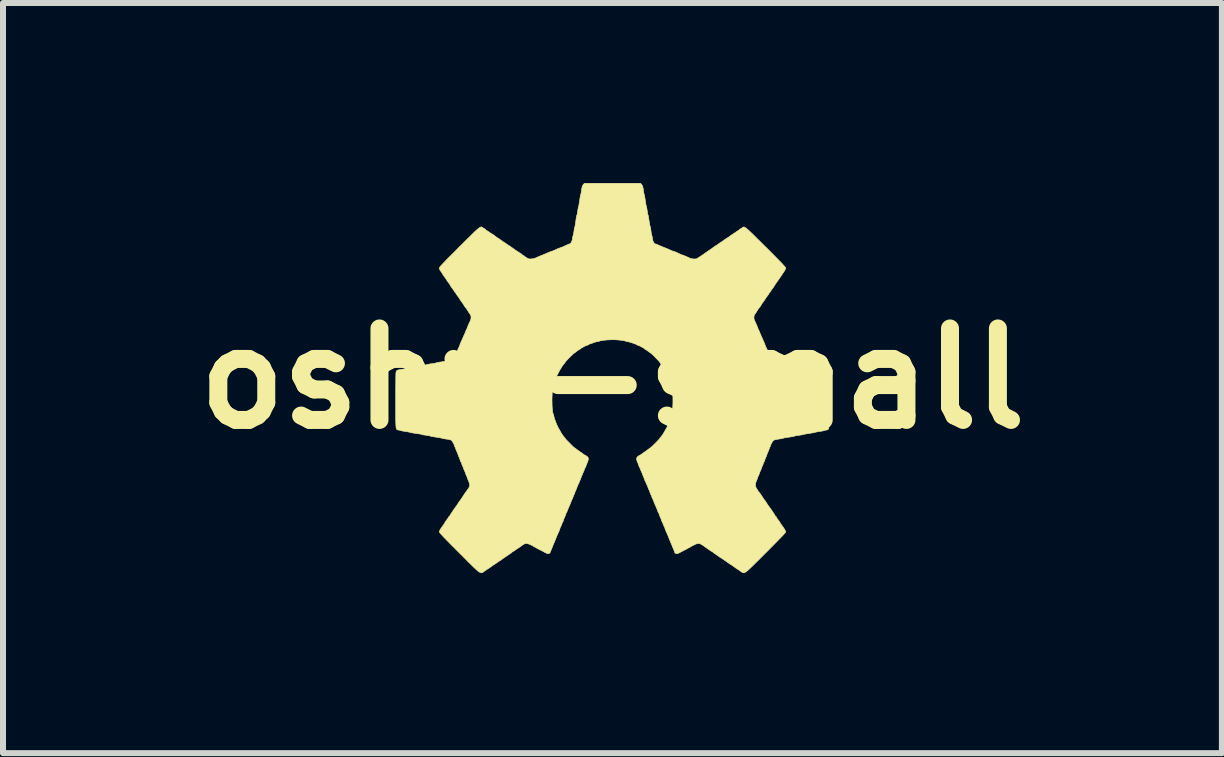
<source format=kicad_pcb>
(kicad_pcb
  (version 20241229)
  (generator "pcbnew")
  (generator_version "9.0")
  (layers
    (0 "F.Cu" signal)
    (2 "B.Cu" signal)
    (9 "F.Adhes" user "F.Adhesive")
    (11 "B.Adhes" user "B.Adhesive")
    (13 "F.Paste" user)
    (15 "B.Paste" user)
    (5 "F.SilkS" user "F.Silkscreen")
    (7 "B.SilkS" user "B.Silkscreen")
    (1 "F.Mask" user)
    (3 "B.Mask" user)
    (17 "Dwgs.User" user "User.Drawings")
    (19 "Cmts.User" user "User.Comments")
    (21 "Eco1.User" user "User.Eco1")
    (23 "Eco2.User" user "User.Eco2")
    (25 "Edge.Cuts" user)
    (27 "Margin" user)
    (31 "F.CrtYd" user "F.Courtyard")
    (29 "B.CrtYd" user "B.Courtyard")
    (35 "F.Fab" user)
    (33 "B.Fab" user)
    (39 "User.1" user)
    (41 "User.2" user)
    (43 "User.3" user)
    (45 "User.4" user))
  (footprint "oshw-small"
    (layer "F.Cu")
    (at 7.156 3.258)
    (property "Reference" "oshw-small" (at 0 0 0) (layer "F.SilkS") (effects (font (size 1.524 1.524) (thickness 0.3))))
    (attr through_hole)
    (fp_poly (pts (xy 0.487 -3.232) (xy 0.496 -3.219) (xy 0.503 -3.203) (xy 0.508 -3.182) (xy 0.514 -3.15) (xy 0.515 -3.142) (xy 0.519 -3.112) (xy 0.524 -3.086) (xy 0.527 -3.07) (xy 0.529 -3.066) (xy 0.532 -3.056) (xy 0.536 -3.036) (xy 0.541 -3.007) (xy 0.546 -2.974) (xy 0.546 -2.97) (xy 0.551 -2.936) (xy 0.556 -2.906) (xy 0.561 -2.883) (xy 0.564 -2.872) (xy 0.564 -2.871) (xy 0.568 -2.86) (xy 0.572 -2.838) (xy 0.577 -2.81) (xy 0.579 -2.794) (xy 0.583 -2.765) (xy 0.588 -2.741) (xy 0.591 -2.726) (xy 0.593 -2.723) (xy 0.596 -2.715) (xy 0.6 -2.696) (xy 0.604 -2.669) (xy 0.609 -2.635) (xy 0.61 -2.632) (xy 0.615 -2.598) (xy 0.62 -2.568) (xy 0.624 -2.547) (xy 0.627 -2.537) (xy 0.628 -2.536) (xy 0.631 -2.527) (xy 0.635 -2.507) (xy 0.639 -2.479) (xy 0.642 -2.459) (xy 0.646 -2.428) (xy 0.651 -2.403) (xy 0.655 -2.386) (xy 0.657 -2.381) (xy 0.66 -2.371) (xy 0.664 -2.351) (xy 0.667 -2.329) (xy 0.673 -2.299) (xy 0.684 -2.273) (xy 0.697 -2.253) (xy 0.711 -2.244) (xy 0.714 -2.244) (xy 0.725 -2.241) (xy 0.743 -2.234) (xy 0.754 -2.229) (xy 0.795 -2.211) (xy 0.833 -2.195) (xy 0.861 -2.184) (xy 0.901 -2.168) (xy 0.939 -2.152) (xy 0.967 -2.139) (xy 0.99 -2.129) (xy 1.013 -2.122) (xy 1.02 -2.12) (xy 1.041 -2.113) (xy 1.063 -2.103) (xy 1.065 -2.102) (xy 1.098 -2.087) (xy 1.13 -2.072) (xy 1.157 -2.061) (xy 1.171 -2.057) (xy 1.194 -2.048) (xy 1.229 -2.034) (xy 1.275 -2.013) (xy 1.284 -2.008) (xy 1.31 -1.999) (xy 1.34 -1.994) (xy 1.371 -1.992) (xy 1.397 -1.995) (xy 1.416 -2.001) (xy 1.421 -2.006) (xy 1.43 -2.015) (xy 1.435 -2.018) (xy 1.444 -2.022) (xy 1.461 -2.033) (xy 1.486 -2.049) (xy 1.515 -2.069) (xy 1.547 -2.092) (xy 1.556 -2.098) (xy 1.58 -2.115) (xy 1.603 -2.131) (xy 1.619 -2.142) (xy 1.636 -2.153) (xy 1.659 -2.169) (xy 1.68 -2.185) (xy 1.701 -2.2) (xy 1.717 -2.211) (xy 1.725 -2.215) (xy 1.725 -2.215) (xy 1.732 -2.219) (xy 1.748 -2.23) (xy 1.767 -2.244) (xy 1.787 -2.258) (xy 1.802 -2.268) (xy 1.809 -2.272) (xy 1.816 -2.276) (xy 1.831 -2.286) (xy 1.852 -2.301) (xy 1.86 -2.307) (xy 1.882 -2.323) (xy 1.9 -2.336) (xy 1.911 -2.342) (xy 1.912 -2.342) (xy 1.92 -2.346) (xy 1.935 -2.357) (xy 1.957 -2.372) (xy 1.964 -2.378) (xy 1.986 -2.394) (xy 2.004 -2.406) (xy 2.014 -2.413) (xy 2.015 -2.413) (xy 2.022 -2.417) (xy 2.037 -2.427) (xy 2.055 -2.44) (xy 2.076 -2.455) (xy 2.095 -2.466) (xy 2.104 -2.471) (xy 2.115 -2.479) (xy 2.117 -2.483) (xy 2.122 -2.49) (xy 2.124 -2.491) (xy 2.134 -2.495) (xy 2.15 -2.505) (xy 2.155 -2.508) (xy 2.164 -2.515) (xy 2.171 -2.521) (xy 2.179 -2.524) (xy 2.187 -2.525) (xy 2.197 -2.524) (xy 2.209 -2.518) (xy 2.224 -2.508) (xy 2.243 -2.493) (xy 2.266 -2.473) (xy 2.295 -2.446) (xy 2.33 -2.413) (xy 2.371 -2.372) (xy 2.42 -2.323) (xy 2.478 -2.266) (xy 2.545 -2.199) (xy 2.552 -2.193) (xy 2.619 -2.126) (xy 2.677 -2.068) (xy 2.726 -2.018) (xy 2.767 -1.977) (xy 2.801 -1.942) (xy 2.828 -1.914) (xy 2.848 -1.891) (xy 2.864 -1.874) (xy 2.875 -1.86) (xy 2.882 -1.851) (xy 2.885 -1.844) (xy 2.886 -1.84) (xy 2.881 -1.822) (xy 2.869 -1.798) (xy 2.859 -1.783) (xy 2.844 -1.761) (xy 2.832 -1.743) (xy 2.826 -1.734) (xy 2.816 -1.719) (xy 2.801 -1.696) (xy 2.78 -1.666) (xy 2.757 -1.633) (xy 2.733 -1.599) (xy 2.729 -1.594) (xy 2.713 -1.571) (xy 2.702 -1.553) (xy 2.696 -1.543) (xy 2.695 -1.542) (xy 2.691 -1.534) (xy 2.681 -1.519) (xy 2.666 -1.499) (xy 2.664 -1.497) (xy 2.648 -1.475) (xy 2.636 -1.457) (xy 2.629 -1.445) (xy 2.629 -1.445) (xy 2.622 -1.434) (xy 2.618 -1.432) (xy 2.611 -1.427) (xy 2.611 -1.423) (xy 2.606 -1.414) (xy 2.596 -1.397) (xy 2.58 -1.376) (xy 2.579 -1.374) (xy 2.563 -1.354) (xy 2.552 -1.338) (xy 2.547 -1.33) (xy 2.547 -1.329) (xy 2.543 -1.322) (xy 2.533 -1.306) (xy 2.518 -1.285) (xy 2.512 -1.277) (xy 2.496 -1.255) (xy 2.483 -1.237) (xy 2.477 -1.226) (xy 2.477 -1.224) (xy 2.472 -1.217) (xy 2.462 -1.201) (xy 2.447 -1.181) (xy 2.445 -1.179) (xy 2.429 -1.159) (xy 2.418 -1.142) (xy 2.413 -1.134) (xy 2.413 -1.133) (xy 2.409 -1.126) (xy 2.399 -1.11) (xy 2.385 -1.09) (xy 2.369 -1.066) (xy 2.36 -1.047) (xy 2.357 -1.028) (xy 2.357 -1.019) (xy 2.359 -0.995) (xy 2.364 -0.973) (xy 2.367 -0.968) (xy 2.38 -0.941) (xy 2.395 -0.907) (xy 2.41 -0.873) (xy 2.421 -0.844) (xy 2.421 -0.843) (xy 2.428 -0.825) (xy 2.433 -0.813) (xy 2.435 -0.811) (xy 2.439 -0.803) (xy 2.446 -0.787) (xy 2.448 -0.783) (xy 2.457 -0.761) (xy 2.468 -0.735) (xy 2.471 -0.727) (xy 2.483 -0.7) (xy 2.495 -0.674) (xy 2.498 -0.667) (xy 2.509 -0.642) (xy 2.521 -0.615) (xy 2.525 -0.606) (xy 2.534 -0.586) (xy 2.539 -0.572) (xy 2.54 -0.568) (xy 2.543 -0.558) (xy 2.55 -0.541) (xy 2.553 -0.533) (xy 2.573 -0.492) (xy 2.587 -0.46) (xy 2.597 -0.437) (xy 2.604 -0.418) (xy 2.61 -0.403) (xy 2.612 -0.397) (xy 2.618 -0.379) (xy 2.625 -0.368) (xy 2.626 -0.367) (xy 2.631 -0.361) (xy 2.632 -0.358) (xy 2.638 -0.342) (xy 2.655 -0.327) (xy 2.678 -0.314) (xy 2.704 -0.306) (xy 2.706 -0.306) (xy 2.728 -0.302) (xy 2.744 -0.298) (xy 2.748 -0.296) (xy 2.757 -0.293) (xy 2.778 -0.289) (xy 2.806 -0.284) (xy 2.84 -0.279) (xy 2.843 -0.279) (xy 2.877 -0.273) (xy 2.907 -0.269) (xy 2.928 -0.264) (xy 2.938 -0.261) (xy 2.939 -0.261) (xy 2.948 -0.258) (xy 2.969 -0.254) (xy 2.996 -0.25) (xy 3.016 -0.247) (xy 3.047 -0.243) (xy 3.072 -0.238) (xy 3.089 -0.235) (xy 3.094 -0.233) (xy 3.103 -0.23) (xy 3.124 -0.225) (xy 3.152 -0.221) (xy 3.186 -0.215) (xy 3.189 -0.215) (xy 3.223 -0.21) (xy 3.252 -0.205) (xy 3.274 -0.201) (xy 3.284 -0.198) (xy 3.284 -0.197) (xy 3.294 -0.194) (xy 3.314 -0.19) (xy 3.342 -0.186) (xy 3.358 -0.183) (xy 3.388 -0.179) (xy 3.413 -0.174) (xy 3.429 -0.171) (xy 3.433 -0.169) (xy 3.442 -0.166) (xy 3.462 -0.162) (xy 3.489 -0.157) (xy 3.503 -0.155) (xy 3.543 -0.149) (xy 3.57 -0.143) (xy 3.588 -0.137) (xy 3.596 -0.131) (xy 3.598 -0.124) (xy 3.602 -0.114) (xy 3.605 -0.113) (xy 3.607 -0.106) (xy 3.608 -0.085) (xy 3.61 -0.05) (xy 3.611 -0.002) (xy 3.611 0.06) (xy 3.612 0.136) (xy 3.612 0.224) (xy 3.612 0.326) (xy 3.612 0.353) (xy 3.612 0.449) (xy 3.612 0.531) (xy 3.612 0.602) (xy 3.612 0.661) (xy 3.611 0.71) (xy 3.61 0.75) (xy 3.609 0.782) (xy 3.606 0.806) (xy 3.603 0.824) (xy 3.6 0.837) (xy 3.595 0.846) (xy 3.59 0.851) (xy 3.583 0.854) (xy 3.575 0.856) (xy 3.566 0.857) (xy 3.564 0.858) (xy 3.543 0.862) (xy 3.525 0.867) (xy 3.524 0.868) (xy 3.511 0.872) (xy 3.488 0.876) (xy 3.459 0.881) (xy 3.45 0.882) (xy 3.421 0.886) (xy 3.396 0.891) (xy 3.379 0.895) (xy 3.376 0.896) (xy 3.364 0.9) (xy 3.341 0.904) (xy 3.31 0.909) (xy 3.281 0.914) (xy 3.247 0.919) (xy 3.218 0.924) (xy 3.196 0.928) (xy 3.186 0.931) (xy 3.173 0.935) (xy 3.15 0.939) (xy 3.12 0.944) (xy 3.104 0.946) (xy 3.075 0.95) (xy 3.05 0.954) (xy 3.034 0.958) (xy 3.03 0.96) (xy 3.021 0.963) (xy 3.001 0.967) (xy 2.972 0.972) (xy 2.939 0.977) (xy 2.939 0.977) (xy 2.905 0.982) (xy 2.875 0.987) (xy 2.853 0.991) (xy 2.843 0.995) (xy 2.831 0.998) (xy 2.809 1.003) (xy 2.78 1.007) (xy 2.763 1.01) (xy 2.728 1.015) (xy 2.704 1.021) (xy 2.688 1.028) (xy 2.678 1.035) (xy 2.666 1.049) (xy 2.66 1.061) (xy 2.66 1.062) (xy 2.657 1.071) (xy 2.654 1.072) (xy 2.649 1.079) (xy 2.642 1.094) (xy 2.639 1.102) (xy 2.633 1.122) (xy 2.626 1.137) (xy 2.625 1.139) (xy 2.619 1.15) (xy 2.613 1.169) (xy 2.611 1.175) (xy 2.603 1.196) (xy 2.595 1.214) (xy 2.594 1.217) (xy 2.586 1.232) (xy 2.578 1.254) (xy 2.575 1.263) (xy 2.567 1.285) (xy 2.56 1.304) (xy 2.557 1.309) (xy 2.55 1.324) (xy 2.542 1.346) (xy 2.539 1.356) (xy 2.533 1.376) (xy 2.528 1.388) (xy 2.525 1.39) (xy 2.521 1.396) (xy 2.515 1.411) (xy 2.512 1.42) (xy 2.506 1.44) (xy 2.499 1.454) (xy 2.498 1.457) (xy 2.492 1.468) (xy 2.486 1.486) (xy 2.484 1.492) (xy 2.476 1.514) (xy 2.468 1.532) (xy 2.467 1.535) (xy 2.459 1.55) (xy 2.451 1.572) (xy 2.448 1.58) (xy 2.44 1.603) (xy 2.432 1.621) (xy 2.429 1.626) (xy 2.422 1.641) (xy 2.42 1.649) (xy 2.417 1.659) (xy 2.41 1.678) (xy 2.401 1.698) (xy 2.385 1.741) (xy 2.381 1.777) (xy 2.389 1.811) (xy 2.404 1.837) (xy 2.417 1.856) (xy 2.425 1.87) (xy 2.427 1.876) (xy 2.431 1.884) (xy 2.433 1.884) (xy 2.439 1.889) (xy 2.45 1.904) (xy 2.466 1.924) (xy 2.482 1.948) (xy 2.498 1.972) (xy 2.508 1.988) (xy 2.516 2) (xy 2.529 2.018) (xy 2.545 2.04) (xy 2.545 2.04) (xy 2.56 2.061) (xy 2.571 2.077) (xy 2.575 2.085) (xy 2.575 2.085) (xy 2.579 2.092) (xy 2.59 2.108) (xy 2.606 2.13) (xy 2.618 2.146) (xy 2.635 2.17) (xy 2.65 2.19) (xy 2.658 2.203) (xy 2.66 2.206) (xy 2.664 2.213) (xy 2.674 2.228) (xy 2.685 2.244) (xy 2.698 2.263) (xy 2.707 2.278) (xy 2.709 2.284) (xy 2.715 2.293) (xy 2.72 2.296) (xy 2.729 2.304) (xy 2.731 2.308) (xy 2.735 2.318) (xy 2.745 2.335) (xy 2.761 2.355) (xy 2.762 2.357) (xy 2.778 2.378) (xy 2.789 2.394) (xy 2.794 2.403) (xy 2.794 2.403) (xy 2.798 2.411) (xy 2.808 2.427) (xy 2.821 2.444) (xy 2.85 2.485) (xy 2.87 2.516) (xy 2.882 2.539) (xy 2.886 2.555) (xy 2.886 2.556) (xy 2.883 2.562) (xy 2.874 2.574) (xy 2.858 2.593) (xy 2.835 2.618) (xy 2.804 2.65) (xy 2.765 2.69) (xy 2.718 2.738) (xy 2.662 2.795) (xy 2.597 2.861) (xy 2.552 2.905) (xy 2.485 2.973) (xy 2.426 3.032) (xy 2.376 3.081) (xy 2.334 3.123) (xy 2.298 3.157) (xy 2.269 3.185) (xy 2.244 3.206) (xy 2.224 3.221) (xy 2.208 3.231) (xy 2.194 3.236) (xy 2.183 3.237) (xy 2.172 3.235) (xy 2.162 3.23) (xy 2.151 3.223) (xy 2.139 3.214) (xy 2.13 3.207) (xy 2.107 3.191) (xy 2.088 3.178) (xy 2.075 3.171) (xy 2.074 3.17) (xy 2.064 3.164) (xy 2.046 3.151) (xy 2.024 3.135) (xy 2.024 3.135) (xy 2.004 3.12) (xy 1.988 3.109) (xy 1.98 3.104) (xy 1.98 3.104) (xy 1.973 3.101) (xy 1.957 3.09) (xy 1.934 3.074) (xy 1.904 3.054) (xy 1.883 3.039) (xy 1.85 3.016) (xy 1.821 2.996) (xy 1.797 2.981) (xy 1.781 2.971) (xy 1.776 2.968) (xy 1.766 2.961) (xy 1.764 2.956) (xy 1.758 2.95) (xy 1.755 2.949) (xy 1.744 2.945) (xy 1.728 2.934) (xy 1.721 2.928) (xy 1.705 2.916) (xy 1.691 2.908) (xy 1.688 2.907) (xy 1.68 2.902) (xy 1.679 2.9) (xy 1.673 2.891) (xy 1.667 2.888) (xy 1.66 2.885) (xy 1.65 2.879) (xy 1.635 2.869) (xy 1.614 2.855) (xy 1.585 2.835) (xy 1.547 2.808) (xy 1.524 2.791) (xy 1.489 2.768) (xy 1.462 2.753) (xy 1.438 2.748) (xy 1.414 2.75) (xy 1.386 2.76) (xy 1.364 2.77) (xy 1.339 2.783) (xy 1.319 2.793) (xy 1.307 2.8) (xy 1.305 2.801) (xy 1.299 2.806) (xy 1.284 2.814) (xy 1.259 2.827) (xy 1.225 2.846) (xy 1.183 2.867) (xy 1.153 2.883) (xy 1.126 2.897) (xy 1.106 2.908) (xy 1.097 2.912) (xy 1.078 2.918) (xy 1.058 2.916) (xy 1.043 2.907) (xy 1.04 2.901) (xy 1.034 2.886) (xy 1.027 2.868) (xy 1.019 2.848) (xy 1.009 2.823) (xy 1.005 2.815) (xy 0.994 2.786) (xy 0.982 2.758) (xy 0.968 2.725) (xy 0.961 2.709) (xy 0.951 2.684) (xy 0.941 2.66) (xy 0.939 2.653) (xy 0.917 2.598) (xy 0.896 2.554) (xy 0.887 2.531) (xy 0.877 2.505) (xy 0.874 2.496) (xy 0.868 2.477) (xy 0.863 2.465) (xy 0.86 2.462) (xy 0.856 2.456) (xy 0.85 2.441) (xy 0.847 2.432) (xy 0.839 2.41) (xy 0.83 2.392) (xy 0.828 2.389) (xy 0.821 2.374) (xy 0.818 2.366) (xy 0.816 2.355) (xy 0.808 2.336) (xy 0.798 2.312) (xy 0.797 2.311) (xy 0.787 2.286) (xy 0.779 2.266) (xy 0.776 2.255) (xy 0.776 2.254) (xy 0.772 2.243) (xy 0.77 2.24) (xy 0.763 2.232) (xy 0.756 2.215) (xy 0.755 2.21) (xy 0.75 2.197) (xy 0.745 2.184) (xy 0.739 2.168) (xy 0.73 2.146) (xy 0.716 2.115) (xy 0.707 2.095) (xy 0.698 2.073) (xy 0.69 2.052) (xy 0.688 2.046) (xy 0.681 2.028) (xy 0.671 2.007) (xy 0.669 2.004) (xy 0.661 1.986) (xy 0.656 1.974) (xy 0.656 1.972) (xy 0.653 1.962) (xy 0.645 1.944) (xy 0.638 1.93) (xy 0.629 1.908) (xy 0.622 1.891) (xy 0.621 1.884) (xy 0.617 1.87) (xy 0.611 1.859) (xy 0.601 1.841) (xy 0.596 1.827) (xy 0.59 1.809) (xy 0.579 1.783) (xy 0.566 1.754) (xy 0.554 1.726) (xy 0.547 1.712) (xy 0.539 1.696) (xy 0.536 1.686) (xy 0.536 1.686) (xy 0.534 1.676) (xy 0.526 1.659) (xy 0.519 1.642) (xy 0.509 1.618) (xy 0.501 1.597) (xy 0.498 1.587) (xy 0.49 1.568) (xy 0.484 1.556) (xy 0.477 1.54) (xy 0.468 1.518) (xy 0.466 1.512) (xy 0.459 1.494) (xy 0.454 1.483) (xy 0.452 1.482) (xy 0.448 1.476) (xy 0.442 1.46) (xy 0.438 1.448) (xy 0.429 1.422) (xy 0.419 1.397) (xy 0.415 1.39) (xy 0.406 1.366) (xy 0.402 1.342) (xy 0.402 1.34) (xy 0.405 1.321) (xy 0.414 1.306) (xy 0.426 1.296) (xy 0.443 1.284) (xy 0.455 1.278) (xy 0.458 1.277) (xy 0.466 1.273) (xy 0.482 1.262) (xy 0.5 1.249) (xy 0.519 1.234) (xy 0.533 1.224) (xy 0.54 1.221) (xy 0.547 1.217) (xy 0.562 1.206) (xy 0.582 1.19) (xy 0.589 1.185) (xy 0.611 1.169) (xy 0.627 1.157) (xy 0.637 1.15) (xy 0.638 1.15) (xy 0.644 1.145) (xy 0.658 1.133) (xy 0.677 1.114) (xy 0.699 1.092) (xy 0.723 1.069) (xy 0.745 1.046) (xy 0.764 1.026) (xy 0.777 1.012) (xy 0.783 1.005) (xy 0.783 1.005) (xy 0.787 0.998) (xy 0.798 0.983) (xy 0.811 0.968) (xy 0.826 0.948) (xy 0.84 0.929) (xy 0.854 0.906) (xy 0.871 0.877) (xy 0.879 0.861) (xy 0.889 0.844) (xy 0.895 0.834) (xy 0.896 0.833) (xy 0.902 0.823) (xy 0.912 0.804) (xy 0.923 0.78) (xy 0.934 0.755) (xy 0.942 0.733) (xy 0.946 0.723) (xy 0.952 0.704) (xy 0.958 0.69) (xy 0.959 0.688) (xy 0.963 0.678) (xy 0.969 0.658) (xy 0.973 0.639) (xy 0.979 0.615) (xy 0.984 0.597) (xy 0.988 0.589) (xy 0.994 0.574) (xy 0.999 0.548) (xy 1.002 0.512) (xy 1.005 0.469) (xy 1.007 0.42) (xy 1.008 0.37) (xy 1.007 0.319) (xy 1.006 0.27) (xy 1.003 0.225) (xy 1 0.187) (xy 0.995 0.158) (xy 0.989 0.14) (xy 0.988 0.138) (xy 0.983 0.127) (xy 0.979 0.108) (xy 0.977 0.099) (xy 0.972 0.074) (xy 0.965 0.051) (xy 0.963 0.046) (xy 0.955 0.026) (xy 0.945 0.001) (xy 0.943 -0.007) (xy 0.933 -0.033) (xy 0.917 -0.066) (xy 0.9 -0.1) (xy 0.882 -0.132) (xy 0.867 -0.156) (xy 0.867 -0.156) (xy 0.858 -0.171) (xy 0.854 -0.181) (xy 0.854 -0.181) (xy 0.85 -0.189) (xy 0.839 -0.205) (xy 0.823 -0.226) (xy 0.818 -0.231) (xy 0.802 -0.252) (xy 0.79 -0.269) (xy 0.783 -0.278) (xy 0.783 -0.279) (xy 0.778 -0.286) (xy 0.766 -0.299) (xy 0.747 -0.319) (xy 0.725 -0.341) (xy 0.702 -0.365) (xy 0.68 -0.387) (xy 0.66 -0.405) (xy 0.646 -0.418) (xy 0.639 -0.423) (xy 0.639 -0.423) (xy 0.632 -0.427) (xy 0.617 -0.438) (xy 0.598 -0.452) (xy 0.576 -0.468) (xy 0.557 -0.481) (xy 0.545 -0.487) (xy 0.533 -0.495) (xy 0.529 -0.501) (xy 0.524 -0.507) (xy 0.52 -0.508) (xy 0.509 -0.512) (xy 0.492 -0.522) (xy 0.488 -0.525) (xy 0.466 -0.538) (xy 0.44 -0.549) (xy 0.433 -0.551) (xy 0.415 -0.558) (xy 0.404 -0.563) (xy 0.402 -0.565) (xy 0.396 -0.57) (xy 0.383 -0.575) (xy 0.364 -0.581) (xy 0.341 -0.59) (xy 0.335 -0.592) (xy 0.313 -0.6) (xy 0.284 -0.608) (xy 0.258 -0.614) (xy 0.232 -0.619) (xy 0.212 -0.625) (xy 0.201 -0.629) (xy 0.201 -0.629) (xy 0.191 -0.631) (xy 0.171 -0.635) (xy 0.141 -0.638) (xy 0.107 -0.642) (xy 0.097 -0.643) (xy 0.04 -0.647) (xy -0.01 -0.647) (xy -0.062 -0.645) (xy -0.097 -0.643) (xy -0.133 -0.639) (xy -0.163 -0.636) (xy -0.187 -0.632) (xy -0.199 -0.629) (xy -0.201 -0.629) (xy -0.211 -0.625) (xy -0.231 -0.62) (xy -0.256 -0.615) (xy -0.258 -0.614) (xy -0.284 -0.609) (xy -0.307 -0.602) (xy -0.321 -0.597) (xy -0.336 -0.59) (xy -0.358 -0.582) (xy -0.369 -0.579) (xy -0.388 -0.573) (xy -0.4 -0.567) (xy -0.402 -0.564) (xy -0.408 -0.56) (xy -0.424 -0.553) (xy -0.434 -0.55) (xy -0.459 -0.541) (xy -0.483 -0.528) (xy -0.488 -0.525) (xy -0.505 -0.514) (xy -0.518 -0.508) (xy -0.52 -0.508) (xy -0.528 -0.504) (xy -0.529 -0.501) (xy -0.535 -0.493) (xy -0.548 -0.486) (xy -0.563 -0.478) (xy -0.584 -0.464) (xy -0.6 -0.451) (xy -0.618 -0.437) (xy -0.633 -0.426) (xy -0.639 -0.423) (xy -0.645 -0.419) (xy -0.659 -0.406) (xy -0.679 -0.387) (xy -0.701 -0.365) (xy -0.725 -0.342) (xy -0.747 -0.319) (xy -0.765 -0.3) (xy -0.778 -0.286) (xy -0.783 -0.279) (xy -0.783 -0.279) (xy -0.787 -0.272) (xy -0.798 -0.257) (xy -0.814 -0.237) (xy -0.818 -0.231) (xy -0.835 -0.21) (xy -0.847 -0.192) (xy -0.853 -0.18) (xy -0.854 -0.179) (xy -0.859 -0.167) (xy -0.863 -0.164) (xy -0.869 -0.156) (xy -0.88 -0.138) (xy -0.893 -0.112) (xy -0.908 -0.083) (xy -0.923 -0.054) (xy -0.935 -0.026) (xy -0.944 -0.004) (xy -0.946 0) (xy -0.954 0.024) (xy -0.963 0.046) (xy -0.963 0.046) (xy -0.97 0.067) (xy -0.976 0.092) (xy -0.977 0.099) (xy -0.981 0.12) (xy -0.986 0.134) (xy -0.988 0.138) (xy -0.994 0.152) (xy -0.999 0.179) (xy -1.002 0.215) (xy -1.005 0.258) (xy -1.007 0.306) (xy -1.008 0.357) (xy -1.007 0.408) (xy -1.006 0.457) (xy -1.003 0.501) (xy -1 0.54) (xy -0.995 0.569) (xy -0.989 0.587) (xy -0.988 0.589) (xy -0.984 0.599) (xy -0.978 0.619) (xy -0.974 0.639) (xy -0.968 0.662) (xy -0.963 0.68) (xy -0.96 0.688) (xy -0.954 0.699) (xy -0.948 0.717) (xy -0.946 0.723) (xy -0.939 0.742) (xy -0.929 0.766) (xy -0.918 0.791) (xy -0.907 0.813) (xy -0.899 0.828) (xy -0.896 0.833) (xy -0.891 0.841) (xy -0.882 0.856) (xy -0.879 0.861) (xy -0.861 0.895) (xy -0.846 0.92) (xy -0.832 0.94) (xy -0.818 0.959) (xy -0.811 0.968) (xy -0.796 0.986) (xy -0.786 0.999) (xy -0.783 1.005) (xy -0.778 1.011) (xy -0.766 1.024) (xy -0.747 1.043) (xy -0.725 1.066) (xy -0.702 1.089) (xy -0.679 1.112) (xy -0.66 1.131) (xy -0.645 1.144) (xy -0.638 1.15) (xy -0.638 1.15) (xy -0.631 1.154) (xy -0.616 1.165) (xy -0.596 1.18) (xy -0.589 1.185) (xy -0.568 1.202) (xy -0.551 1.214) (xy -0.541 1.22) (xy -0.54 1.221) (xy -0.533 1.225) (xy -0.518 1.235) (xy -0.5 1.249) (xy -0.481 1.263) (xy -0.465 1.274) (xy -0.458 1.277) (xy -0.448 1.281) (xy -0.433 1.291) (xy -0.426 1.296) (xy -0.41 1.311) (xy -0.403 1.326) (xy -0.402 1.34) (xy -0.406 1.364) (xy -0.414 1.388) (xy -0.415 1.39) (xy -0.425 1.413) (xy -0.435 1.44) (xy -0.438 1.446) (xy -0.444 1.466) (xy -0.45 1.479) (xy -0.452 1.482) (xy -0.457 1.49) (xy -0.464 1.506) (xy -0.465 1.51) (xy -0.477 1.54) (xy -0.494 1.579) (xy -0.511 1.619) (xy -0.52 1.641) (xy -0.529 1.665) (xy -0.529 1.665) (xy -0.538 1.689) (xy -0.547 1.711) (xy -0.547 1.711) (xy -0.555 1.729) (xy -0.566 1.754) (xy -0.575 1.772) (xy -0.584 1.794) (xy -0.591 1.811) (xy -0.593 1.818) (xy -0.596 1.827) (xy -0.603 1.844) (xy -0.61 1.859) (xy -0.62 1.881) (xy -0.626 1.898) (xy -0.628 1.905) (xy -0.632 1.919) (xy -0.638 1.93) (xy -0.646 1.946) (xy -0.655 1.967) (xy -0.656 1.972) (xy -0.664 1.994) (xy -0.673 2.012) (xy -0.674 2.014) (xy -0.683 2.033) (xy -0.688 2.046) (xy -0.694 2.063) (xy -0.703 2.086) (xy -0.707 2.095) (xy -0.723 2.132) (xy -0.735 2.158) (xy -0.742 2.177) (xy -0.748 2.191) (xy -0.752 2.203) (xy -0.755 2.21) (xy -0.762 2.228) (xy -0.768 2.239) (xy -0.77 2.24) (xy -0.776 2.25) (xy -0.776 2.254) (xy -0.779 2.266) (xy -0.786 2.285) (xy -0.797 2.309) (xy -0.797 2.311) (xy -0.808 2.335) (xy -0.815 2.354) (xy -0.818 2.365) (xy -0.818 2.366) (xy -0.822 2.378) (xy -0.828 2.389) (xy -0.836 2.404) (xy -0.845 2.426) (xy -0.847 2.432) (xy -0.853 2.451) (xy -0.859 2.461) (xy -0.86 2.462) (xy -0.865 2.469) (xy -0.871 2.484) (xy -0.874 2.496) (xy -0.883 2.522) (xy -0.893 2.547) (xy -0.896 2.554) (xy -0.922 2.611) (xy -0.939 2.653) (xy -0.947 2.675) (xy -0.958 2.701) (xy -0.961 2.709) (xy -0.977 2.746) (xy -0.99 2.776) (xy -1.001 2.804) (xy -1.005 2.815) (xy -1.015 2.839) (xy -1.024 2.862) (xy -1.027 2.868) (xy -1.035 2.887) (xy -1.04 2.901) (xy -1.05 2.912) (xy -1.067 2.917) (xy -1.087 2.916) (xy -1.097 2.912) (xy -1.11 2.905) (xy -1.132 2.894) (xy -1.159 2.879) (xy -1.179 2.869) (xy -1.224 2.846) (xy -1.258 2.828) (xy -1.282 2.815) (xy -1.297 2.807) (xy -1.304 2.802) (xy -1.305 2.801) (xy -1.313 2.797) (xy -1.33 2.787) (xy -1.353 2.776) (xy -1.364 2.77) (xy -1.4 2.755) (xy -1.429 2.748) (xy -1.454 2.75) (xy -1.481 2.762) (xy -1.511 2.783) (xy -1.533 2.8) (xy -1.554 2.814) (xy -1.567 2.823) (xy -1.582 2.832) (xy -1.603 2.846) (xy -1.619 2.858) (xy -1.64 2.872) (xy -1.658 2.883) (xy -1.667 2.888) (xy -1.677 2.895) (xy -1.679 2.9) (xy -1.685 2.907) (xy -1.688 2.907) (xy -1.698 2.912) (xy -1.714 2.923) (xy -1.721 2.928) (xy -1.738 2.941) (xy -1.751 2.948) (xy -1.755 2.949) (xy -1.763 2.954) (xy -1.764 2.956) (xy -1.77 2.964) (xy -1.78 2.97) (xy -1.794 2.977) (xy -1.814 2.991) (xy -1.833 3.005) (xy -1.852 3.02) (xy -1.867 3.03) (xy -1.874 3.034) (xy -1.881 3.038) (xy -1.897 3.048) (xy -1.918 3.063) (xy -1.927 3.069) (xy -1.949 3.085) (xy -1.967 3.097) (xy -1.978 3.104) (xy -1.979 3.104) (xy -1.986 3.108) (xy -2.001 3.119) (xy -2.021 3.133) (xy -2.023 3.135) (xy -2.045 3.151) (xy -2.063 3.163) (xy -2.074 3.17) (xy -2.074 3.17) (xy -2.085 3.176) (xy -2.103 3.188) (xy -2.126 3.204) (xy -2.13 3.207) (xy -2.143 3.217) (xy -2.155 3.225) (xy -2.165 3.232) (xy -2.175 3.236) (xy -2.186 3.237) (xy -2.198 3.235) (xy -2.213 3.228) (xy -2.23 3.217) (xy -2.251 3.2) (xy -2.277 3.177) (xy -2.308 3.148) (xy -2.346 3.111) (xy -2.391 3.067) (xy -2.443 3.014) (xy -2.504 2.953) (xy -2.552 2.905) (xy -2.624 2.833) (xy -2.686 2.771) (xy -2.738 2.718) (xy -2.782 2.673) (xy -2.818 2.636) (xy -2.845 2.606) (xy -2.865 2.584) (xy -2.878 2.568) (xy -2.885 2.559) (xy -2.886 2.556) (xy -2.882 2.54) (xy -2.871 2.518) (xy -2.851 2.487) (xy -2.822 2.447) (xy -2.821 2.444) (xy -2.807 2.425) (xy -2.797 2.41) (xy -2.794 2.403) (xy -2.79 2.395) (xy -2.78 2.379) (xy -2.765 2.359) (xy -2.764 2.358) (xy -2.748 2.336) (xy -2.735 2.317) (xy -2.729 2.305) (xy -2.729 2.305) (xy -2.721 2.295) (xy -2.717 2.293) (xy -2.71 2.288) (xy -2.709 2.285) (xy -2.705 2.276) (xy -2.695 2.259) (xy -2.685 2.244) (xy -2.671 2.225) (xy -2.662 2.211) (xy -2.66 2.206) (xy -2.656 2.199) (xy -2.645 2.184) (xy -2.63 2.162) (xy -2.618 2.146) (xy -2.6 2.122) (xy -2.586 2.102) (xy -2.577 2.089) (xy -2.575 2.085) (xy -2.571 2.077) (xy -2.561 2.062) (xy -2.546 2.042) (xy -2.545 2.04) (xy -2.529 2.018) (xy -2.516 2) (xy -2.508 1.988) (xy -2.508 1.988) (xy -2.492 1.963) (xy -2.471 1.931) (xy -2.448 1.897) (xy -2.425 1.866) (xy -2.415 1.852) (xy -2.394 1.821) (xy -2.382 1.796) (xy -2.379 1.77) (xy -2.385 1.742) (xy -2.398 1.707) (xy -2.403 1.695) (xy -2.412 1.673) (xy -2.419 1.656) (xy -2.42 1.649) (xy -2.424 1.636) (xy -2.429 1.626) (xy -2.437 1.611) (xy -2.446 1.589) (xy -2.448 1.58) (xy -2.456 1.558) (xy -2.464 1.539) (xy -2.467 1.535) (xy -2.474 1.519) (xy -2.482 1.497) (xy -2.484 1.492) (xy -2.49 1.473) (xy -2.497 1.459) (xy -2.498 1.457) (xy -2.503 1.446) (xy -2.51 1.428) (xy -2.512 1.42) (xy -2.518 1.402) (xy -2.524 1.391) (xy -2.525 1.39) (xy -2.53 1.384) (xy -2.536 1.368) (xy -2.539 1.356) (xy -2.547 1.333) (xy -2.554 1.314) (xy -2.557 1.309) (xy -2.564 1.293) (xy -2.572 1.272) (xy -2.575 1.263) (xy -2.583 1.24) (xy -2.591 1.222) (xy -2.594 1.217) (xy -2.601 1.201) (xy -2.609 1.18) (xy -2.611 1.175) (xy -2.617 1.155) (xy -2.624 1.142) (xy -2.625 1.139) (xy -2.63 1.129) (xy -2.637 1.11) (xy -2.639 1.102) (xy -2.646 1.084) (xy -2.652 1.074) (xy -2.654 1.072) (xy -2.659 1.067) (xy -2.66 1.062) (xy -2.665 1.051) (xy -2.677 1.036) (xy -2.678 1.035) (xy -2.69 1.026) (xy -2.706 1.019) (xy -2.729 1.014) (xy -2.763 1.009) (xy -2.765 1.009) (xy -2.795 1.005) (xy -2.82 1.001) (xy -2.836 0.997) (xy -2.84 0.995) (xy -2.849 0.992) (xy -2.87 0.988) (xy -2.898 0.983) (xy -2.932 0.978) (xy -2.935 0.977) (xy -2.969 0.972) (xy -2.998 0.967) (xy -3.02 0.963) (xy -3.03 0.96) (xy -3.03 0.96) (xy -3.04 0.957) (xy -3.06 0.952) (xy -3.088 0.948) (xy -3.104 0.945) (xy -3.134 0.941) (xy -3.159 0.937) (xy -3.175 0.933) (xy -3.179 0.931) (xy -3.188 0.928) (xy -3.208 0.924) (xy -3.237 0.92) (xy -3.271 0.915) (xy -3.277 0.914) (xy -3.312 0.909) (xy -3.342 0.904) (xy -3.364 0.9) (xy -3.375 0.896) (xy -3.376 0.896) (xy -3.386 0.893) (xy -3.406 0.889) (xy -3.433 0.884) (xy -3.447 0.882) (xy -3.477 0.878) (xy -3.503 0.873) (xy -3.52 0.869) (xy -3.524 0.868) (xy -3.541 0.863) (xy -3.562 0.858) (xy -3.564 0.858) (xy -3.573 0.856) (xy -3.581 0.855) (xy -3.588 0.852) (xy -3.594 0.847) (xy -3.599 0.839) (xy -3.603 0.828) (xy -3.606 0.811) (xy -3.608 0.788) (xy -3.61 0.758) (xy -3.611 0.72) (xy -3.612 0.673) (xy -3.612 0.616) (xy -3.612 0.548) (xy -3.612 0.468) (xy -3.612 0.375) (xy -3.612 0.353) (xy -3.612 0.248) (xy -3.612 0.156) (xy -3.611 0.078) (xy -3.611 0.013) (xy -3.61 -0.039) (xy -3.609 -0.077) (xy -3.607 -0.102) (xy -3.606 -0.112) (xy -3.605 -0.113) (xy -3.599 -0.119) (xy -3.598 -0.124) (xy -3.595 -0.132) (xy -3.586 -0.138) (xy -3.567 -0.144) (xy -3.538 -0.15) (xy -3.503 -0.155) (xy -3.474 -0.16) (xy -3.45 -0.164) (xy -3.435 -0.168) (xy -3.433 -0.169) (xy -3.423 -0.172) (xy -3.403 -0.176) (xy -3.375 -0.181) (xy -3.358 -0.183) (xy -3.329 -0.187) (xy -3.304 -0.192) (xy -3.288 -0.196) (xy -3.284 -0.197) (xy -3.275 -0.2) (xy -3.255 -0.204) (xy -3.226 -0.209) (xy -3.192 -0.214) (xy -3.186 -0.215) (xy -3.151 -0.22) (xy -3.121 -0.225) (xy -3.099 -0.23) (xy -3.087 -0.233) (xy -3.087 -0.233) (xy -3.077 -0.236) (xy -3.057 -0.24) (xy -3.03 -0.245) (xy -3.013 -0.247) (xy -2.983 -0.251) (xy -2.958 -0.256) (xy -2.942 -0.259) (xy -2.939 -0.261) (xy -2.929 -0.264) (xy -2.909 -0.268) (xy -2.88 -0.273) (xy -2.847 -0.278) (xy -2.843 -0.279) (xy -2.809 -0.284) (xy -2.78 -0.289) (xy -2.759 -0.293) (xy -2.748 -0.296) (xy -2.748 -0.296) (xy -2.737 -0.3) (xy -2.718 -0.304) (xy -2.706 -0.306) (xy -2.68 -0.313) (xy -2.657 -0.325) (xy -2.639 -0.341) (xy -2.632 -0.356) (xy -2.632 -0.358) (xy -2.628 -0.366) (xy -2.626 -0.367) (xy -2.621 -0.373) (xy -2.615 -0.388) (xy -2.612 -0.397) (xy -2.607 -0.412) (xy -2.6 -0.428) (xy -2.592 -0.449) (xy -2.579 -0.477) (xy -2.562 -0.514) (xy -2.553 -0.533) (xy -2.545 -0.552) (xy -2.541 -0.565) (xy -2.54 -0.568) (xy -2.537 -0.577) (xy -2.53 -0.594) (xy -2.525 -0.606) (xy -2.513 -0.632) (xy -2.501 -0.659) (xy -2.498 -0.667) (xy -2.487 -0.692) (xy -2.475 -0.719) (xy -2.471 -0.727) (xy -2.46 -0.752) (xy -2.45 -0.776) (xy -2.448 -0.783) (xy -2.441 -0.8) (xy -2.435 -0.811) (xy -2.435 -0.811) (xy -2.43 -0.82) (xy -2.423 -0.836) (xy -2.421 -0.843) (xy -2.41 -0.872) (xy -2.396 -0.906) (xy -2.38 -0.94) (xy -2.367 -0.967) (xy -2.367 -0.968) (xy -2.36 -0.987) (xy -2.357 -1.011) (xy -2.357 -1.019) (xy -2.358 -1.04) (xy -2.364 -1.059) (xy -2.378 -1.08) (xy -2.385 -1.09) (xy -2.399 -1.11) (xy -2.409 -1.126) (xy -2.413 -1.133) (xy -2.417 -1.141) (xy -2.428 -1.157) (xy -2.443 -1.177) (xy -2.445 -1.179) (xy -2.46 -1.199) (xy -2.472 -1.215) (xy -2.476 -1.224) (xy -2.477 -1.224) (xy -2.48 -1.232) (xy -2.491 -1.248) (xy -2.506 -1.269) (xy -2.512 -1.277) (xy -2.528 -1.299) (xy -2.54 -1.317) (xy -2.547 -1.328) (xy -2.547 -1.329) (xy -2.551 -1.337) (xy -2.562 -1.352) (xy -2.577 -1.372) (xy -2.579 -1.374) (xy -2.594 -1.395) (xy -2.606 -1.413) (xy -2.611 -1.423) (xy -2.611 -1.423) (xy -2.615 -1.432) (xy -2.618 -1.432) (xy -2.626 -1.438) (xy -2.629 -1.445) (xy -2.636 -1.456) (xy -2.648 -1.475) (xy -2.664 -1.496) (xy -2.664 -1.497) (xy -2.68 -1.517) (xy -2.691 -1.533) (xy -2.695 -1.542) (xy -2.695 -1.542) (xy -2.699 -1.549) (xy -2.709 -1.565) (xy -2.724 -1.587) (xy -2.731 -1.595) (xy -2.747 -1.618) (xy -2.759 -1.635) (xy -2.765 -1.646) (xy -2.766 -1.647) (xy -2.77 -1.654) (xy -2.78 -1.669) (xy -2.795 -1.689) (xy -2.798 -1.693) (xy -2.813 -1.713) (xy -2.824 -1.73) (xy -2.829 -1.738) (xy -2.829 -1.739) (xy -2.833 -1.746) (xy -2.843 -1.762) (xy -2.857 -1.782) (xy -2.875 -1.808) (xy -2.884 -1.831) (xy -2.886 -1.84) (xy -2.885 -1.845) (xy -2.88 -1.852) (xy -2.873 -1.863) (xy -2.861 -1.877) (xy -2.844 -1.896) (xy -2.822 -1.919) (xy -2.794 -1.949) (xy -2.759 -1.985) (xy -2.716 -2.028) (xy -2.665 -2.079) (xy -2.605 -2.139) (xy -2.552 -2.193) (xy -2.484 -2.26) (xy -2.425 -2.319) (xy -2.375 -2.368) (xy -2.333 -2.41) (xy -2.298 -2.444) (xy -2.269 -2.471) (xy -2.245 -2.492) (xy -2.226 -2.507) (xy -2.211 -2.518) (xy -2.198 -2.524) (xy -2.189 -2.526) (xy -2.181 -2.526) (xy -2.173 -2.522) (xy -2.166 -2.517) (xy -2.159 -2.512) (xy -2.144 -2.502) (xy -2.133 -2.498) (xy -2.123 -2.492) (xy -2.117 -2.484) (xy -2.108 -2.472) (xy -2.102 -2.469) (xy -2.093 -2.466) (xy -2.077 -2.455) (xy -2.057 -2.441) (xy -2.037 -2.427) (xy -2.021 -2.417) (xy -2.013 -2.413) (xy -2.005 -2.409) (xy -1.989 -2.398) (xy -1.968 -2.383) (xy -1.962 -2.378) (xy -1.94 -2.361) (xy -1.923 -2.349) (xy -1.913 -2.343) (xy -1.912 -2.342) (xy -1.904 -2.338) (xy -1.889 -2.328) (xy -1.868 -2.313) (xy -1.86 -2.307) (xy -1.838 -2.291) (xy -1.82 -2.279) (xy -1.81 -2.272) (xy -1.809 -2.272) (xy -1.802 -2.268) (xy -1.787 -2.258) (xy -1.767 -2.244) (xy -1.748 -2.229) (xy -1.732 -2.219) (xy -1.725 -2.215) (xy -1.718 -2.212) (xy -1.702 -2.201) (xy -1.683 -2.187) (xy -1.653 -2.166) (xy -1.621 -2.143) (xy -1.59 -2.122) (xy -1.561 -2.103) (xy -1.539 -2.089) (xy -1.524 -2.08) (xy -1.522 -2.079) (xy -1.512 -2.072) (xy -1.51 -2.067) (xy -1.504 -2.061) (xy -1.501 -2.06) (xy -1.491 -2.055) (xy -1.475 -2.045) (xy -1.468 -2.039) (xy -1.452 -2.026) (xy -1.44 -2.019) (xy -1.437 -2.018) (xy -1.428 -2.013) (xy -1.421 -2.006) (xy -1.408 -1.998) (xy -1.385 -1.993) (xy -1.357 -1.993) (xy -1.327 -1.996) (xy -1.3 -2.002) (xy -1.288 -2.006) (xy -1.238 -2.029) (xy -1.194 -2.047) (xy -1.178 -2.053) (xy -1.156 -2.062) (xy -1.128 -2.074) (xy -1.09 -2.09) (xy -1.069 -2.099) (xy -1.049 -2.108) (xy -1.024 -2.117) (xy -1.016 -2.119) (xy -0.991 -2.128) (xy -0.969 -2.137) (xy -0.963 -2.14) (xy -0.915 -2.162) (xy -0.874 -2.178) (xy -0.861 -2.183) (xy -0.836 -2.191) (xy -0.813 -2.201) (xy -0.808 -2.204) (xy -0.777 -2.218) (xy -0.749 -2.231) (xy -0.728 -2.24) (xy -0.715 -2.244) (xy -0.714 -2.244) (xy -0.7 -2.25) (xy -0.687 -2.268) (xy -0.676 -2.293) (xy -0.668 -2.322) (xy -0.667 -2.329) (xy -0.664 -2.354) (xy -0.66 -2.373) (xy -0.657 -2.381) (xy -0.653 -2.391) (xy -0.649 -2.411) (xy -0.644 -2.439) (xy -0.642 -2.455) (xy -0.638 -2.485) (xy -0.633 -2.508) (xy -0.63 -2.523) (xy -0.628 -2.526) (xy -0.625 -2.534) (xy -0.622 -2.553) (xy -0.617 -2.581) (xy -0.612 -2.615) (xy -0.611 -2.626) (xy -0.606 -2.661) (xy -0.601 -2.691) (xy -0.597 -2.712) (xy -0.594 -2.723) (xy -0.593 -2.723) (xy -0.59 -2.73) (xy -0.586 -2.747) (xy -0.582 -2.773) (xy -0.579 -2.792) (xy -0.575 -2.822) (xy -0.57 -2.847) (xy -0.566 -2.864) (xy -0.565 -2.868) (xy -0.562 -2.877) (xy -0.558 -2.898) (xy -0.553 -2.927) (xy -0.548 -2.961) (xy -0.547 -2.967) (xy -0.542 -3.002) (xy -0.537 -3.032) (xy -0.533 -3.054) (xy -0.53 -3.065) (xy -0.529 -3.066) (xy -0.526 -3.075) (xy -0.522 -3.096) (xy -0.517 -3.123) (xy -0.515 -3.142) (xy -0.51 -3.176) (xy -0.504 -3.199) (xy -0.498 -3.216) (xy -0.489 -3.229) (xy -0.487 -3.232) (xy -0.468 -3.253) (xy 0.468 -3.253) (xy 0.487 -3.232)) (stroke (width 0.01) (type solid)) (fill yes) (layer "F.SilkS")))
  (gr_rect
    (start -3 -3)
    (end 17.311 9.5)
    (stroke (width 0.1) (type default))
    (fill no)
    (layer "Edge.Cuts")))
</source>
